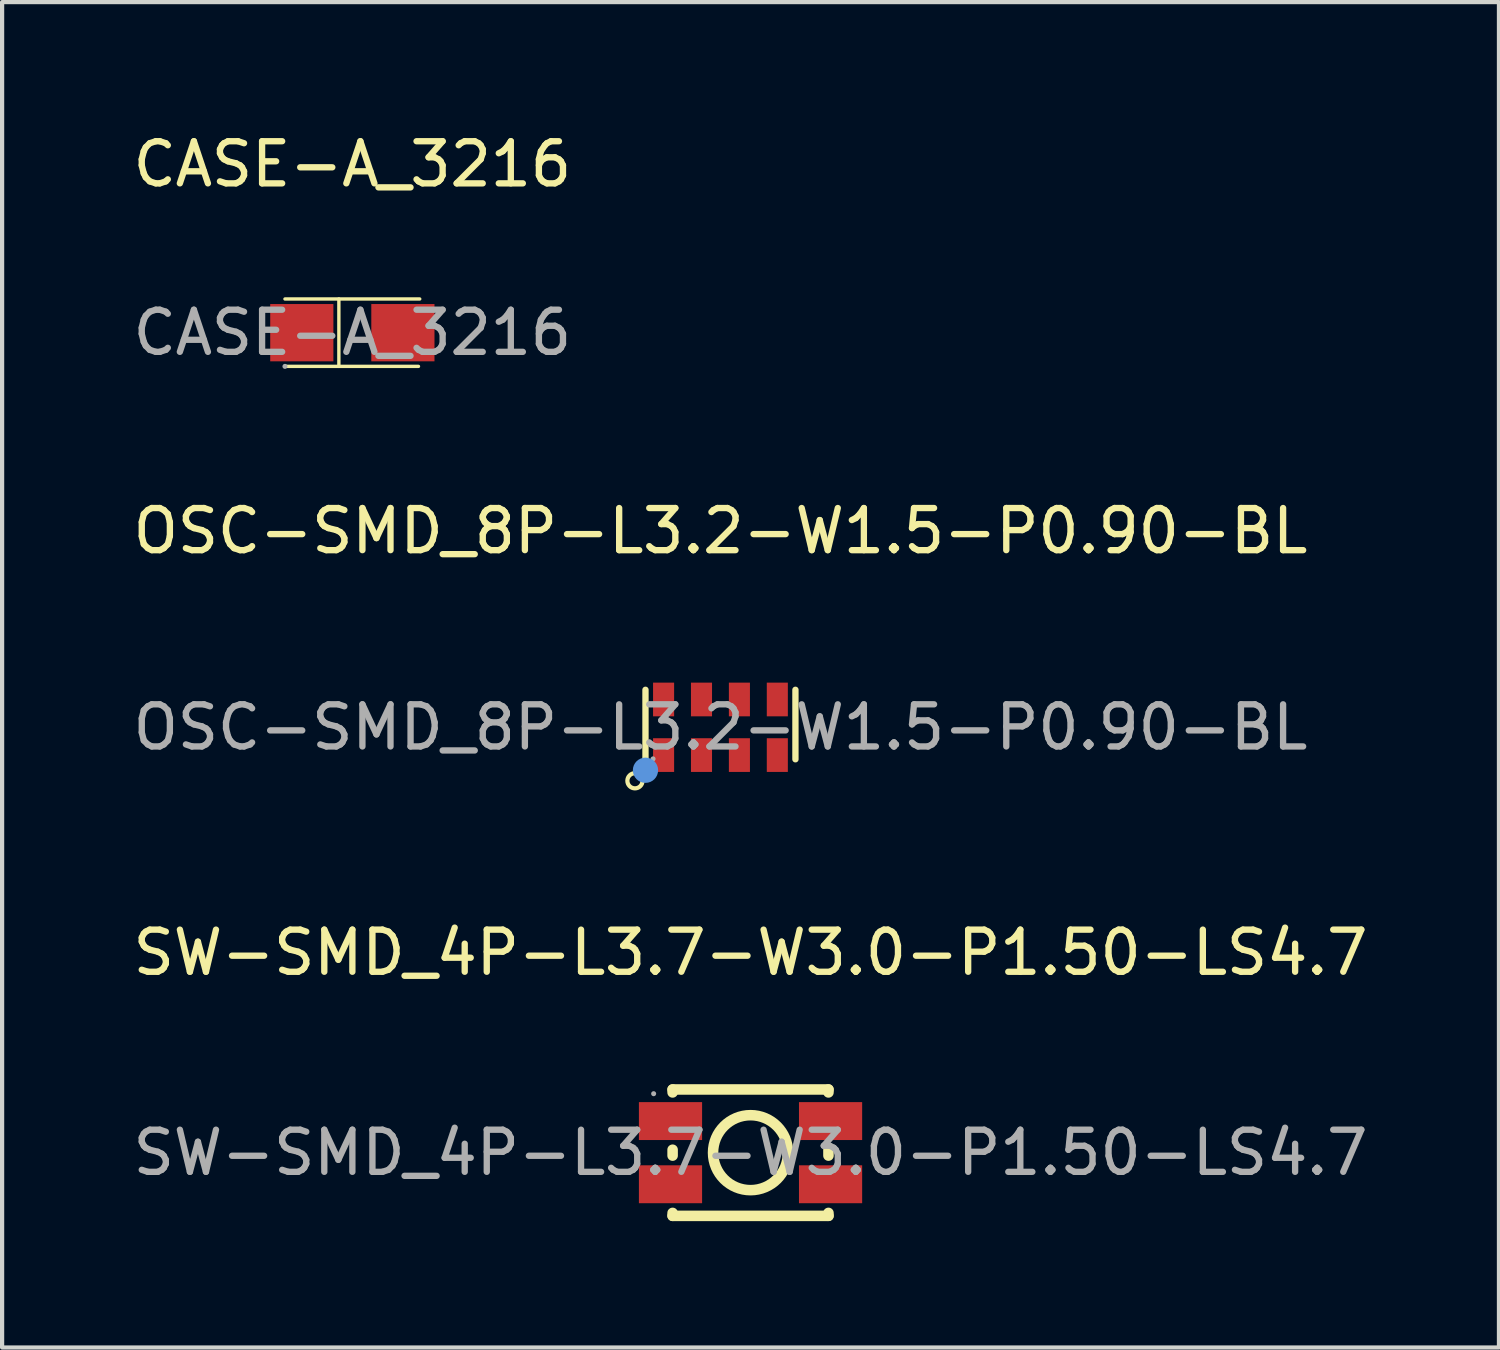
<source format=kicad_pcb>
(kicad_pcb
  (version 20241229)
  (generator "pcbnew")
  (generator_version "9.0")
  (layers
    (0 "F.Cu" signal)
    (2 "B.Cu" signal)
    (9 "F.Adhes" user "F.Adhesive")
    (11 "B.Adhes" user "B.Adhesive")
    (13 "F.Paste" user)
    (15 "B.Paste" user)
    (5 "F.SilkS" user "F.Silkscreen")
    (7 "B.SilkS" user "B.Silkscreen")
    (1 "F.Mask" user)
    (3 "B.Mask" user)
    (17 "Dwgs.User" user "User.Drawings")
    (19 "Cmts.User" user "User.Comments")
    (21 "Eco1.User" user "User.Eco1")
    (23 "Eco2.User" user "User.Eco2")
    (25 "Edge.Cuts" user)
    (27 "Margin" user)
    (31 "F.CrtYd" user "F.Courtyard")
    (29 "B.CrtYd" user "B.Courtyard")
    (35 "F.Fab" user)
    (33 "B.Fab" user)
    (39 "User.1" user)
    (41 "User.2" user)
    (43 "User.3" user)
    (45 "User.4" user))
  (footprint "SW-SMD_4P-L3.7-W3.0-P1.50-LS4.7"
    (layer "F.Cu")
    (at 14.768 24.315)
    (property "Reference" "SW-SMD_4P-L3.7-W3.0-P1.50-LS4.7" (at 0 -4.75 0) (layer "F.SilkS") (effects (font (size 1 1) (thickness 0.15))))
    (attr smd)
    (fp_line (start -1.85 -1.5) (end -1.85 -1.43) (stroke (width 0.25) (type solid)) (layer "F.SilkS"))
    (fp_line (start -1.85 -1.5) (end 1.85 -1.5) (stroke (width 0.25) (type solid)) (layer "F.SilkS"))
    (fp_line (start -1.85 -0.07) (end -1.85 0.07) (stroke (width 0.25) (type solid)) (layer "F.SilkS"))
    (fp_line (start -1.85 1.43) (end -1.85 1.5) (stroke (width 0.25) (type solid)) (layer "F.SilkS"))
    (fp_line (start -1.85 1.5) (end 1.85 1.5) (stroke (width 0.25) (type solid)) (layer "F.SilkS"))
    (fp_line (start 1.85 -1.5) (end 1.85 -1.43) (stroke (width 0.25) (type solid)) (layer "F.SilkS"))
    (fp_line (start 1.85 -0.07) (end 1.85 0.07) (stroke (width 0.25) (type solid)) (layer "F.SilkS"))
    (fp_line (start 1.85 1.43) (end 1.85 1.5) (stroke (width 0.25) (type solid)) (layer "F.SilkS"))
    (fp_circle (center 0 0) (end 0.89 0) (stroke (width 0.25) (type solid)) (fill no) (layer "F.SilkS"))
    (fp_circle (center -2.3 -1.4) (end -2.27 -1.4) (stroke (width 0.06) (type solid)) (fill no) (layer "F.Fab"))
    (fp_text user "${REFERENCE}" (at 0 0 0) (layer "F.Fab") (effects (font (size 1 1) (thickness 0.15))))
    (pad "1" smd rect (at -1.9 -0.75) (size 1.5 0.9) (layers "F.Cu" "F.Mask" "F.Paste"))
    (pad "1" smd rect (at 1.9 -0.75) (size 1.5 0.9) (layers "F.Cu" "F.Mask" "F.Paste"))
    (pad "2" smd rect (at -1.9 0.75) (size 1.5 0.9) (layers "F.Cu" "F.Mask" "F.Paste"))
    (pad "2" smd rect (at 1.9 0.75) (size 1.5 0.9) (layers "F.Cu" "F.Mask" "F.Paste")))
  (footprint "OSC-SMD_8P-L3.2-W1.5-P0.90-BL"
    (layer "F.Cu")
    (at 14.054 14.216)
    (property "Reference" "OSC-SMD_8P-L3.2-W1.5-P0.90-BL" (at 0 -4.66 0) (layer "F.SilkS") (effects (font (size 1 1) (thickness 0.15))))
    (attr smd)
    (fp_line (start -1.78 0.76) (end -1.78 -0.89) (stroke (width 0.15) (type solid)) (layer "F.SilkS"))
    (fp_line (start 1.78 0.76) (end 1.78 -0.89) (stroke (width 0.15) (type solid)) (layer "F.SilkS"))
    (fp_circle (center -2.03 1.27) (end -1.85 1.27) (stroke (width 0.1) (type solid)) (fill no) (layer "F.SilkS"))
    (fp_circle (center -1.78 1.02) (end -1.63 1.02) (stroke (width 0.3) (type solid)) (fill no) (layer "Cmts.User"))
    (fp_circle (center -1.6 0.75) (end -1.57 0.75) (stroke (width 0.06) (type solid)) (fill no) (layer "F.Fab"))
    (fp_text user "${REFERENCE}" (at 0 0 0) (layer "F.Fab") (effects (font (size 1 1) (thickness 0.15))))
    (pad "1" smd rect (at -1.35 0.66) (size 0.5 0.8) (layers "F.Cu" "F.Mask" "F.Paste"))
    (pad "2" smd rect (at -0.45 0.66) (size 0.5 0.8) (layers "F.Cu" "F.Mask" "F.Paste"))
    (pad "3" smd rect (at 0.45 0.66) (size 0.5 0.8) (layers "F.Cu" "F.Mask" "F.Paste"))
    (pad "4" smd rect (at 1.35 0.66) (size 0.5 0.8) (layers "F.Cu" "F.Mask" "F.Paste"))
    (pad "5" smd rect (at 1.35 -0.66) (size 0.5 0.8) (layers "F.Cu" "F.Mask" "F.Paste"))
    (pad "6" smd rect (at 0.45 -0.66) (size 0.5 0.8) (layers "F.Cu" "F.Mask" "F.Paste"))
    (pad "7" smd rect (at -0.45 -0.66) (size 0.5 0.8) (layers "F.Cu" "F.Mask" "F.Paste"))
    (pad "8" smd rect (at -1.35 -0.66) (size 0.5 0.8) (layers "F.Cu" "F.Mask" "F.Paste")))
  (footprint "CASE-A_3216"
    (layer "F.Cu")
    (at 5.315 4.848)
    (property "Reference" "CASE-A_3216" (at 0 -4 0) (layer "F.SilkS") (effects (font (size 1 1) (thickness 0.15))))
    (attr smd)
    (fp_line (start -1.6 -0.8) (end 1.6 -0.8) (stroke (width 0.08) (type solid)) (layer "F.SilkS"))
    (fp_line (start -1.58 0.8) (end 1.57 0.8) (stroke (width 0.08) (type solid)) (layer "F.SilkS"))
    (fp_line (start -0.32 0.8) (end -0.32 -0.8) (stroke (width 0.08) (type solid)) (layer "F.SilkS"))
    (fp_circle (center -1.6 0.8) (end -1.57 0.8) (stroke (width 0.06) (type solid)) (fill no) (layer "F.Fab"))
    (fp_text user "${REFERENCE}" (at 0 0 0) (layer "F.Fab") (effects (font (size 1 1) (thickness 0.15))))
    (pad "1" smd rect (at -1.2 0) (size 1.5 1.36) (layers "F.Cu" "F.Mask" "F.Paste"))
    (pad "2" smd rect (at 1.2 0) (size 1.5 1.36) (layers "F.Cu" "F.Mask" "F.Paste")))
  (gr_rect
    (start -3 -3)
    (end 32.536 28.94)
    (stroke (width 0.1) (type default))
    (fill no)
    (layer "Edge.Cuts")))
</source>
